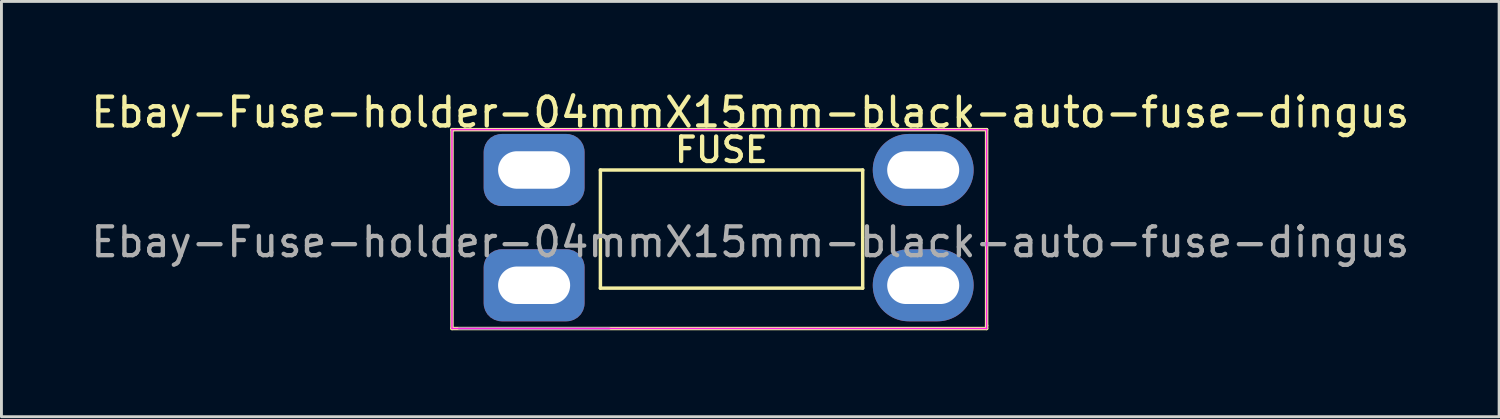
<source format=kicad_pcb>
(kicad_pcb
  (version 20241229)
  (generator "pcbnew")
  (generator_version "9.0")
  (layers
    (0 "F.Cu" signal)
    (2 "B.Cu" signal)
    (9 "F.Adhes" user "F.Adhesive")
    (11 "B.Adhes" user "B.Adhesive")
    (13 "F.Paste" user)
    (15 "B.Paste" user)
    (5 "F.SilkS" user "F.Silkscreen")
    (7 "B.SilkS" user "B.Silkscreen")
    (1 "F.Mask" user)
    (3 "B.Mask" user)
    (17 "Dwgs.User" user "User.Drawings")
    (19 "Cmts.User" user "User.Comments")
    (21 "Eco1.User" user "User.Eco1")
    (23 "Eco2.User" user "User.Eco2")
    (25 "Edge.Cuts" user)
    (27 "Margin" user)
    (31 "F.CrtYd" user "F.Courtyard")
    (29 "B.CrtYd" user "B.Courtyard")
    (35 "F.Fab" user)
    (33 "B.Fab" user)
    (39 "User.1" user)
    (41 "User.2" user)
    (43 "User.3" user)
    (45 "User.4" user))
  (footprint "Ebay-Fuse-holder-04mmX15mm-black-auto-fuse-dingus"
    (layer "F.Cu")
    (at 15.482 2.848)
    (property "Reference" "Ebay-Fuse-holder-04mmX15mm-black-auto-fuse-dingus" (at 7.5 -2 0) (layer "F.SilkS") (effects (font (size 1 1) (thickness 0.15))))
    (attr through_hole)
    (fp_line (start -2.85 -1.4) (end -2.8 -1.4) (stroke (width 0.12) (type default)) (layer "F.SilkS"))
    (fp_line (start -2.85 5.5) (end -2.85 -1.4) (stroke (width 0.12) (type default)) (layer "F.SilkS"))
    (fp_line (start -2.8 -1.4) (end 15.7 -1.4) (stroke (width 0.12) (type default)) (layer "F.SilkS"))
    (fp_line (start 2.3 0) (end 11.4 0) (stroke (width 0.12) (type default)) (layer "F.SilkS"))
    (fp_line (start 2.3 4.1) (end 2.3 0) (stroke (width 0.12) (type default)) (layer "F.SilkS"))
    (fp_line (start 11.4 0) (end 11.4 4.1) (stroke (width 0.12) (type default)) (layer "F.SilkS"))
    (fp_line (start 11.4 4.1) (end 2.3 4.1) (stroke (width 0.12) (type default)) (layer "F.SilkS"))
    (fp_line (start 15.7 -1.4) (end 15.7 5.4) (stroke (width 0.12) (type default)) (layer "F.SilkS"))
    (fp_line (start 15.7 5.4) (end 15.7 5.5) (stroke (width 0.12) (type default)) (layer "F.SilkS"))
    (fp_line (start 15.7 5.5) (end -2.85 5.5) (stroke (width 0.12) (type default)) (layer "F.SilkS"))
    (fp_line (start -2.85 -1.4) (end -2.85 5.5) (stroke (width 0.05) (type solid)) (layer "F.CrtYd"))
    (fp_line (start -2.85 -1.4) (end 15.7 -1.4) (stroke (width 0.05) (type solid)) (layer "F.CrtYd"))
    (fp_line (start 15.7 5.5) (end -2.85 5.5) (stroke (width 0.05) (type solid)) (layer "F.CrtYd"))
    (fp_line (start 15.7 5.5) (end 15.7 -1.4) (stroke (width 0.05) (type solid)) (layer "F.CrtYd"))
    (fp_line (start 2.6 5.5) (end -2.6 5.5) (stroke (width 0.1) (type solid)) (layer "F.Fab"))
    (fp_text user "FUSE" (at 4.8 -0.2 0) (unlocked yes) (layer "F.SilkS") (effects (font (size 0.85 0.85) (thickness 0.15)) (justify left bottom)))
    (fp_text user "${REFERENCE}" (at 7.5 2.5 0) (layer "F.Fab") (effects (font (size 1 1) (thickness 0.15))))
    (pad "1" thru_hole roundrect (at 0 0) (size 3.5 2.5) (drill oval 2.5 1.3) (layers "*.Cu" "*.Mask") (roundrect_rratio 0.25))
    (pad "1" thru_hole roundrect (at 0 4) (size 3.5 2.5) (drill oval 2.5 1.3) (layers "*.Cu" "*.Mask") (roundrect_rratio 0.25))
    (pad "2" thru_hole oval (at 13.5 0) (size 3.5 2.5) (drill oval 2.5 1.3) (layers "*.Cu" "*.Mask"))
    (pad "2" thru_hole oval (at 13.5 4) (size 3.5 2.5) (drill oval 2.5 1.3) (layers "*.Cu" "*.Mask")))
  (gr_rect
    (start -3 -3)
    (end 48.964 11.408)
    (stroke (width 0.1) (type default))
    (fill no)
    (layer "Edge.Cuts")))
</source>
